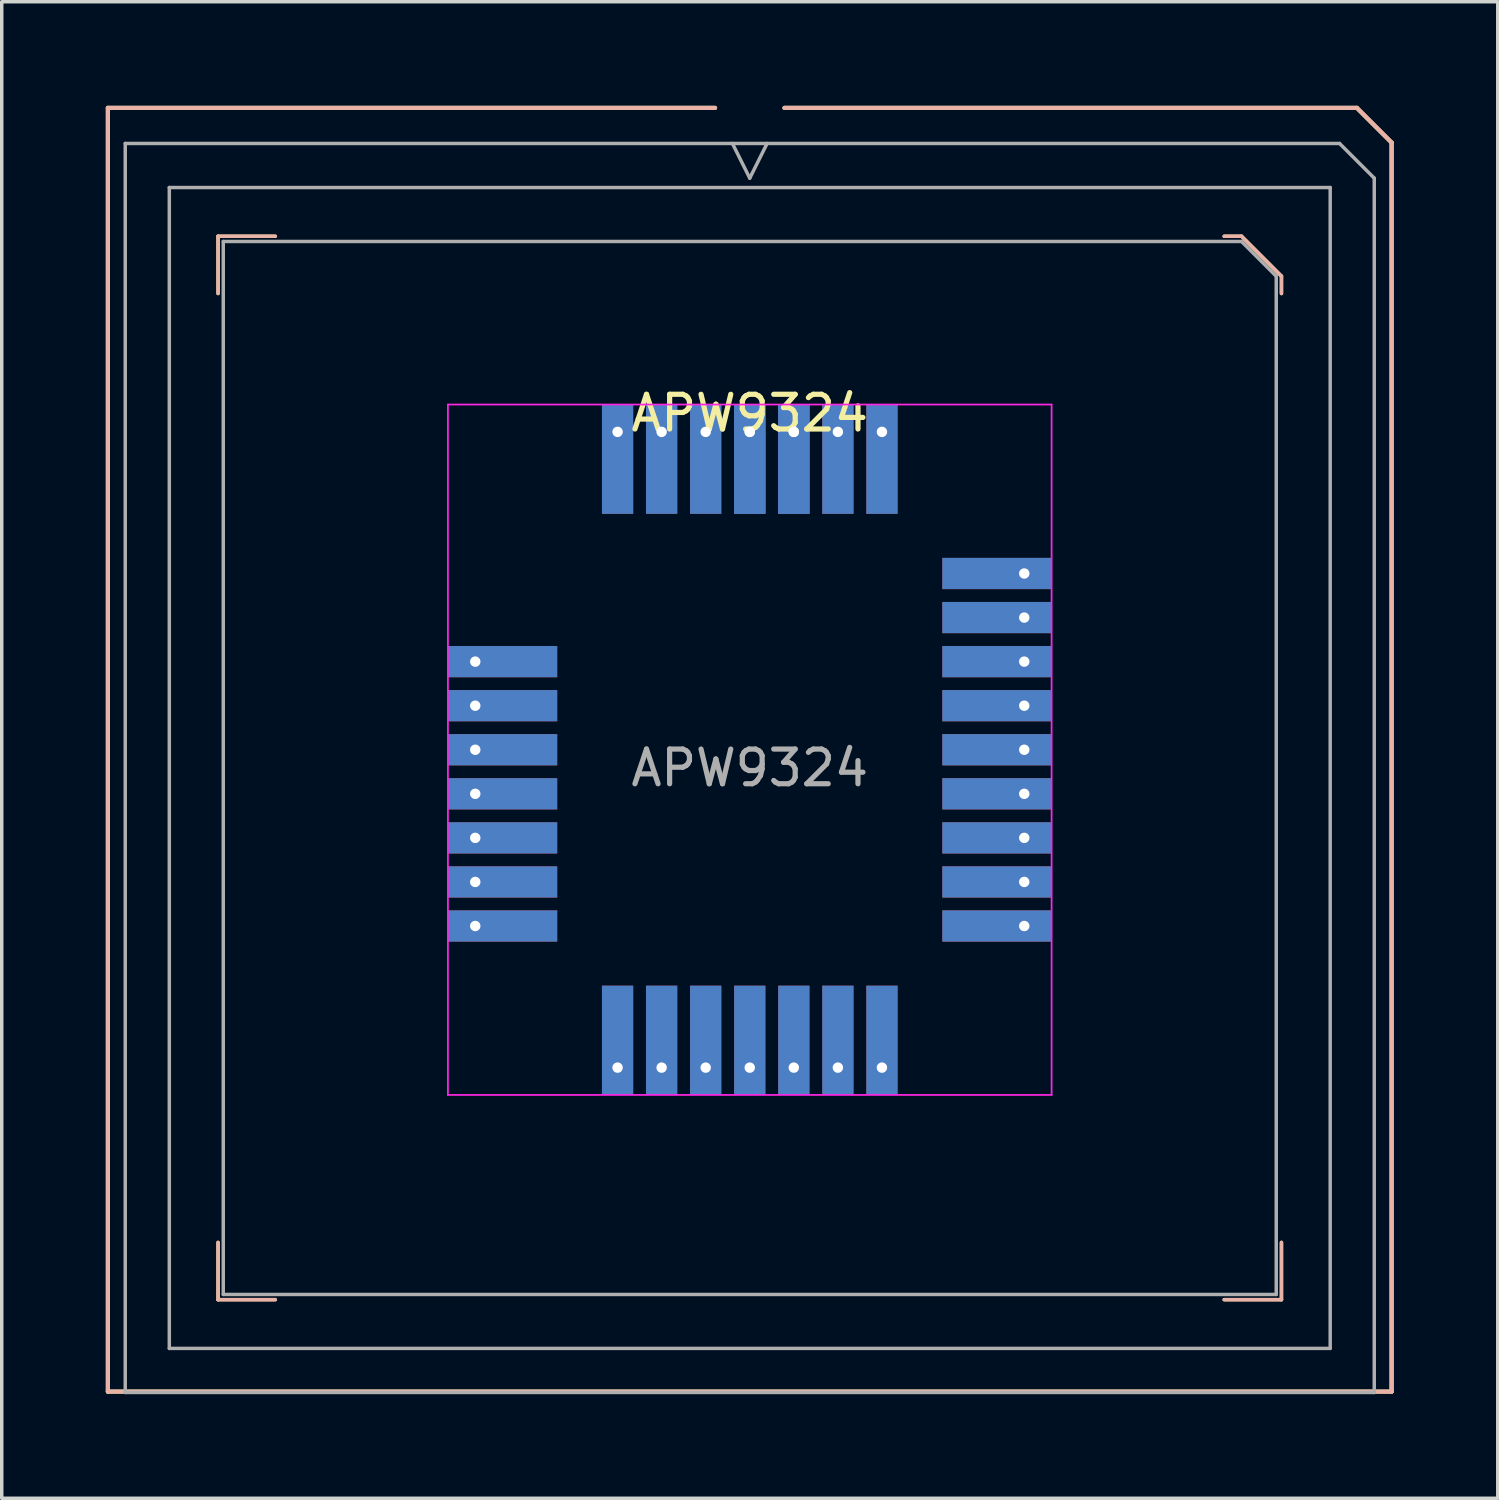
<source format=kicad_pcb>
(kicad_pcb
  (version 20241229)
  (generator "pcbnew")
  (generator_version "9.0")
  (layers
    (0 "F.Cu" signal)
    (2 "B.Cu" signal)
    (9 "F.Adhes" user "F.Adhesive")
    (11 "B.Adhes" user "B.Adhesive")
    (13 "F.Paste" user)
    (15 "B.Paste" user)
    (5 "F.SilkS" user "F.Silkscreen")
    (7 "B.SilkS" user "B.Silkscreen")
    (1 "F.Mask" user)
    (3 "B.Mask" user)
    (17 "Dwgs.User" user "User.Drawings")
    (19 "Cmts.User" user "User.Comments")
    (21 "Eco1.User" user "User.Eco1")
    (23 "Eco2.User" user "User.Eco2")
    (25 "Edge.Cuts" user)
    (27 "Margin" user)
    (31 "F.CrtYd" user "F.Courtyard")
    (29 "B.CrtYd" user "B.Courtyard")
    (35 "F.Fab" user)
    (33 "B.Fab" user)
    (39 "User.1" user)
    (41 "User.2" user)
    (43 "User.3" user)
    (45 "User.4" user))
  (footprint "APW9324"
    (layer "F.Cu")
    (at 18.56 18.56)
    (property "Reference" "APW9324" (at 0 -9.7 180) (layer "F.SilkS") (effects (font (size 1 1) (thickness 0.15))))
    (attr smd)
    (fp_line (start -18.5 -18.5) (end -1 -18.5) (stroke (width 0.12) (type solid)) (layer "F.SilkS"))
    (fp_line (start -18.5 18.5) (end -18.5 -18.5) (stroke (width 0.12) (type solid)) (layer "F.SilkS"))
    (fp_line (start -15.325 -14.8) (end -15.325 -13.15) (stroke (width 0.1) (type solid)) (layer "F.SilkS"))
    (fp_line (start -15.325 15.85) (end -15.325 14.2) (stroke (width 0.1) (type solid)) (layer "F.SilkS"))
    (fp_line (start -13.675 -14.8) (end -15.325 -14.8) (stroke (width 0.1) (type solid)) (layer "F.SilkS"))
    (fp_line (start -13.675 15.85) (end -15.325 15.85) (stroke (width 0.1) (type solid)) (layer "F.SilkS"))
    (fp_line (start 1 -18.5) (end 17.5 -18.5) (stroke (width 0.12) (type solid)) (layer "F.SilkS"))
    (fp_line (start 13.675 -14.8) (end 14.175 -14.8) (stroke (width 0.1) (type solid)) (layer "F.SilkS"))
    (fp_line (start 13.675 15.85) (end 15.325 15.85) (stroke (width 0.1) (type solid)) (layer "F.SilkS"))
    (fp_line (start 14.175 -14.8) (end 15.325 -13.65) (stroke (width 0.1) (type solid)) (layer "F.SilkS"))
    (fp_line (start 15.325 -13.65) (end 15.325 -13.15) (stroke (width 0.1) (type solid)) (layer "F.SilkS"))
    (fp_line (start 15.325 15.85) (end 15.325 14.2) (stroke (width 0.1) (type solid)) (layer "F.SilkS"))
    (fp_line (start 17.5 -18.5) (end 18.5 -17.5) (stroke (width 0.12) (type solid)) (layer "F.SilkS"))
    (fp_line (start 18.5 -17.5) (end 18.5 18.5) (stroke (width 0.12) (type solid)) (layer "F.SilkS"))
    (fp_line (start 18.5 18.5) (end -18.5 18.5) (stroke (width 0.12) (type solid)) (layer "F.SilkS"))
    (fp_line (start -18.5 -18.5) (end -1 -18.5) (stroke (width 0.12) (type solid)) (layer "B.SilkS"))
    (fp_line (start -18.5 18.5) (end -18.5 -18.5) (stroke (width 0.12) (type solid)) (layer "B.SilkS"))
    (fp_line (start -15.325 -14.8) (end -15.325 -13.15) (stroke (width 0.1) (type solid)) (layer "B.SilkS"))
    (fp_line (start -15.325 15.85) (end -15.325 14.2) (stroke (width 0.1) (type solid)) (layer "B.SilkS"))
    (fp_line (start -13.675 -14.8) (end -15.325 -14.8) (stroke (width 0.1) (type solid)) (layer "B.SilkS"))
    (fp_line (start -13.675 15.85) (end -15.325 15.85) (stroke (width 0.1) (type solid)) (layer "B.SilkS"))
    (fp_line (start 1 -18.5) (end 17.5 -18.5) (stroke (width 0.12) (type solid)) (layer "B.SilkS"))
    (fp_line (start 13.675 -14.8) (end 14.175 -14.8) (stroke (width 0.1) (type solid)) (layer "B.SilkS"))
    (fp_line (start 13.675 15.85) (end 15.325 15.85) (stroke (width 0.1) (type solid)) (layer "B.SilkS"))
    (fp_line (start 14.175 -14.8) (end 15.325 -13.65) (stroke (width 0.1) (type solid)) (layer "B.SilkS"))
    (fp_line (start 15.325 -13.65) (end 15.325 -13.15) (stroke (width 0.1) (type solid)) (layer "B.SilkS"))
    (fp_line (start 15.325 15.85) (end 15.325 14.2) (stroke (width 0.1) (type solid)) (layer "B.SilkS"))
    (fp_line (start 17.5 -18.5) (end 18.5 -17.5) (stroke (width 0.12) (type solid)) (layer "B.SilkS"))
    (fp_line (start 18.5 -17.5) (end 18.5 18.5) (stroke (width 0.12) (type solid)) (layer "B.SilkS"))
    (fp_line (start 18.5 18.5) (end -18.5 18.5) (stroke (width 0.12) (type solid)) (layer "B.SilkS"))
    (fp_line (start -8.7 -9.95) (end 8.7 -9.95) (stroke (width 0.05) (type solid)) (layer "F.CrtYd"))
    (fp_line (start -8.7 9.95) (end -8.7 -9.95) (stroke (width 0.05) (type solid)) (layer "F.CrtYd"))
    (fp_line (start 8.7 -9.95) (end 8.7 9.95) (stroke (width 0.05) (type solid)) (layer "F.CrtYd"))
    (fp_line (start 8.7 9.95) (end -8.7 9.95) (stroke (width 0.05) (type solid)) (layer "F.CrtYd"))
    (fp_line (start -18 -17.475) (end 17 -17.475) (stroke (width 0.1) (type solid)) (layer "F.Fab"))
    (fp_line (start -18 18.525) (end -18 -17.475) (stroke (width 0.1) (type solid)) (layer "F.Fab"))
    (fp_line (start -16.73 -16.205) (end 16.73 -16.205) (stroke (width 0.1) (type solid)) (layer "F.Fab"))
    (fp_line (start -16.73 17.255) (end -16.73 -16.205) (stroke (width 0.1) (type solid)) (layer "F.Fab"))
    (fp_line (start -15.175 -14.65) (end 14.175 -14.65) (stroke (width 0.1) (type solid)) (layer "F.Fab"))
    (fp_line (start -15.175 15.7) (end -15.175 -14.65) (stroke (width 0.1) (type solid)) (layer "F.Fab"))
    (fp_line (start 0 -16.475) (end -0.5 -17.475) (stroke (width 0.1) (type solid)) (layer "F.Fab"))
    (fp_line (start 0.5 -17.475) (end 0 -16.475) (stroke (width 0.1) (type solid)) (layer "F.Fab"))
    (fp_line (start 14.175 -14.65) (end 15.175 -13.65) (stroke (width 0.1) (type solid)) (layer "F.Fab"))
    (fp_line (start 15.175 -13.65) (end 15.175 15.7) (stroke (width 0.1) (type solid)) (layer "F.Fab"))
    (fp_line (start 15.175 15.7) (end -15.175 15.7) (stroke (width 0.1) (type solid)) (layer "F.Fab"))
    (fp_line (start 16.73 -16.205) (end 16.73 17.255) (stroke (width 0.1) (type solid)) (layer "F.Fab"))
    (fp_line (start 16.73 17.255) (end -16.73 17.255) (stroke (width 0.1) (type solid)) (layer "F.Fab"))
    (fp_line (start 17 -17.475) (end 18 -16.475) (stroke (width 0.1) (type solid)) (layer "F.Fab"))
    (fp_line (start 18 -16.475) (end 18 18.525) (stroke (width 0.1) (type solid)) (layer "F.Fab"))
    (fp_line (start 18 18.525) (end -18 18.525) (stroke (width 0.1) (type solid)) (layer "F.Fab"))
    (fp_text user "${REFERENCE}" (at 0 0.525 180) (layer "F.Fab") (effects (font (size 1 1) (thickness 0.15))))
    (pad "1" thru_hole rect (at 0 -9.162) (size 0.9 3.15) (drill 0.3 (offset 0 0.787)) (layers "*.Cu" "*.Mask"))
    (pad "2" thru_hole rect (at 1.27 -9.162) (size 0.9 3.15) (drill 0.3 (offset 0 0.787)) (layers "*.Cu" "*.Mask"))
    (pad "3" thru_hole rect (at 2.54 -9.162) (size 0.9 3.15) (drill 0.3 (offset 0 0.787)) (layers "*.Cu" "*.Mask"))
    (pad "4" thru_hole rect (at 3.81 -9.162) (size 0.9 3.15) (drill 0.3 (offset 0 0.787)) (layers "*.Cu" "*.Mask"))
    (pad "5" thru_hole rect (at 7.912 -5.08) (size 3.15 0.9) (drill 0.3 (offset -0.787 0)) (layers "*.Cu" "*.Mask"))
    (pad "6" thru_hole rect (at 7.912 -3.81) (size 3.15 0.9) (drill 0.3 (offset -0.787 0)) (layers "*.Cu" "*.Mask"))
    (pad "7" thru_hole rect (at 7.912 -2.54) (size 3.15 0.9) (drill 0.3 (offset -0.787 0)) (layers "*.Cu" "*.Mask"))
    (pad "8" thru_hole rect (at 7.912 -1.27) (size 3.15 0.9) (drill 0.3 (offset -0.787 0)) (layers "*.Cu" "*.Mask"))
    (pad "9" thru_hole rect (at 7.912 0) (size 3.15 0.9) (drill 0.3 (offset -0.787 0)) (layers "*.Cu" "*.Mask"))
    (pad "10" thru_hole rect (at 7.912 1.27) (size 3.15 0.9) (drill 0.3 (offset -0.787 0)) (layers "*.Cu" "*.Mask"))
    (pad "11" thru_hole rect (at 7.912 2.54) (size 3.15 0.9) (drill 0.3 (offset -0.787 0)) (layers "*.Cu" "*.Mask"))
    (pad "12" thru_hole rect (at 7.912 3.81) (size 3.15 0.9) (drill 0.3 (offset -0.787 0)) (layers "*.Cu" "*.Mask"))
    (pad "13" thru_hole rect (at 7.912 5.08) (size 3.15 0.9) (drill 0.3 (offset -0.787 0)) (layers "*.Cu" "*.Mask"))
    (pad "14" thru_hole rect (at 3.81 9.162) (size 0.9 3.15) (drill 0.3 (offset 0 -0.787)) (layers "*.Cu" "*.Mask"))
    (pad "15" thru_hole rect (at 2.54 9.162) (size 0.9 3.15) (drill 0.3 (offset 0 -0.787)) (layers "*.Cu" "*.Mask"))
    (pad "16" thru_hole rect (at 1.27 9.162) (size 0.9 3.15) (drill 0.3 (offset 0 -0.787)) (layers "*.Cu" "*.Mask"))
    (pad "17" thru_hole rect (at 0 9.162) (size 0.9 3.15) (drill 0.3 (offset 0 -0.787)) (layers "*.Cu" "*.Mask"))
    (pad "18" thru_hole rect (at -1.27 9.162) (size 0.9 3.15) (drill 0.3 (offset 0 -0.787)) (layers "*.Cu" "*.Mask"))
    (pad "19" thru_hole rect (at -2.54 9.162) (size 0.9 3.15) (drill 0.3 (offset 0 -0.787)) (layers "*.Cu" "*.Mask"))
    (pad "20" thru_hole rect (at -3.81 9.162) (size 0.9 3.15) (drill 0.3 (offset 0 -0.787)) (layers "*.Cu" "*.Mask"))
    (pad "21" thru_hole rect (at -7.912 5.08) (size 3.15 0.9) (drill 0.3 (offset 0.787 0)) (layers "*.Cu" "*.Mask"))
    (pad "22" thru_hole rect (at -7.912 3.81) (size 3.15 0.9) (drill 0.3 (offset 0.787 0)) (layers "*.Cu" "*.Mask"))
    (pad "23" thru_hole rect (at -7.912 2.54) (size 3.15 0.9) (drill 0.3 (offset 0.787 0)) (layers "*.Cu" "*.Mask"))
    (pad "24" thru_hole rect (at -7.912 1.27) (size 3.15 0.9) (drill 0.3 (offset 0.787 0)) (layers "*.Cu" "*.Mask"))
    (pad "25" thru_hole rect (at -7.912 0) (size 3.15 0.9) (drill 0.3 (offset 0.787 0)) (layers "*.Cu" "*.Mask"))
    (pad "26" thru_hole rect (at -7.912 -1.27) (size 3.15 0.9) (drill 0.3 (offset 0.787 0)) (layers "*.Cu" "*.Mask"))
    (pad "27" thru_hole rect (at -7.912 -2.54) (size 3.15 0.9) (drill 0.3 (offset 0.787 0)) (layers "*.Cu" "*.Mask"))
    (pad "28" thru_hole rect (at -3.81 -9.162) (size 0.9 3.15) (drill 0.3 (offset 0 0.787)) (layers "*.Cu" "*.Mask"))
    (pad "29" thru_hole rect (at -2.54 -9.162) (size 0.9 3.15) (drill 0.3 (offset 0 0.787)) (layers "*.Cu" "*.Mask"))
    (pad "30" thru_hole rect (at -1.27 -9.162) (size 0.9 3.15) (drill 0.3 (offset 0 0.787)) (layers "*.Cu" "*.Mask"))
    (pad "31" thru_hole rect (at 0 -9.162) (size 0.9 3.15) (drill 0.3 (offset 0 0.787)) (layers "*.Cu" "*.Mask"))
    (pad "32" thru_hole rect (at 1.27 -9.162) (size 0.9 3.15) (drill 0.3 (offset 0 0.787)) (layers "*.Cu" "*.Mask")))
  (gr_rect
    (start -3 -3)
    (end 40.12 40.135)
    (stroke (width 0.1) (type default))
    (fill no)
    (layer "Edge.Cuts")))
</source>
